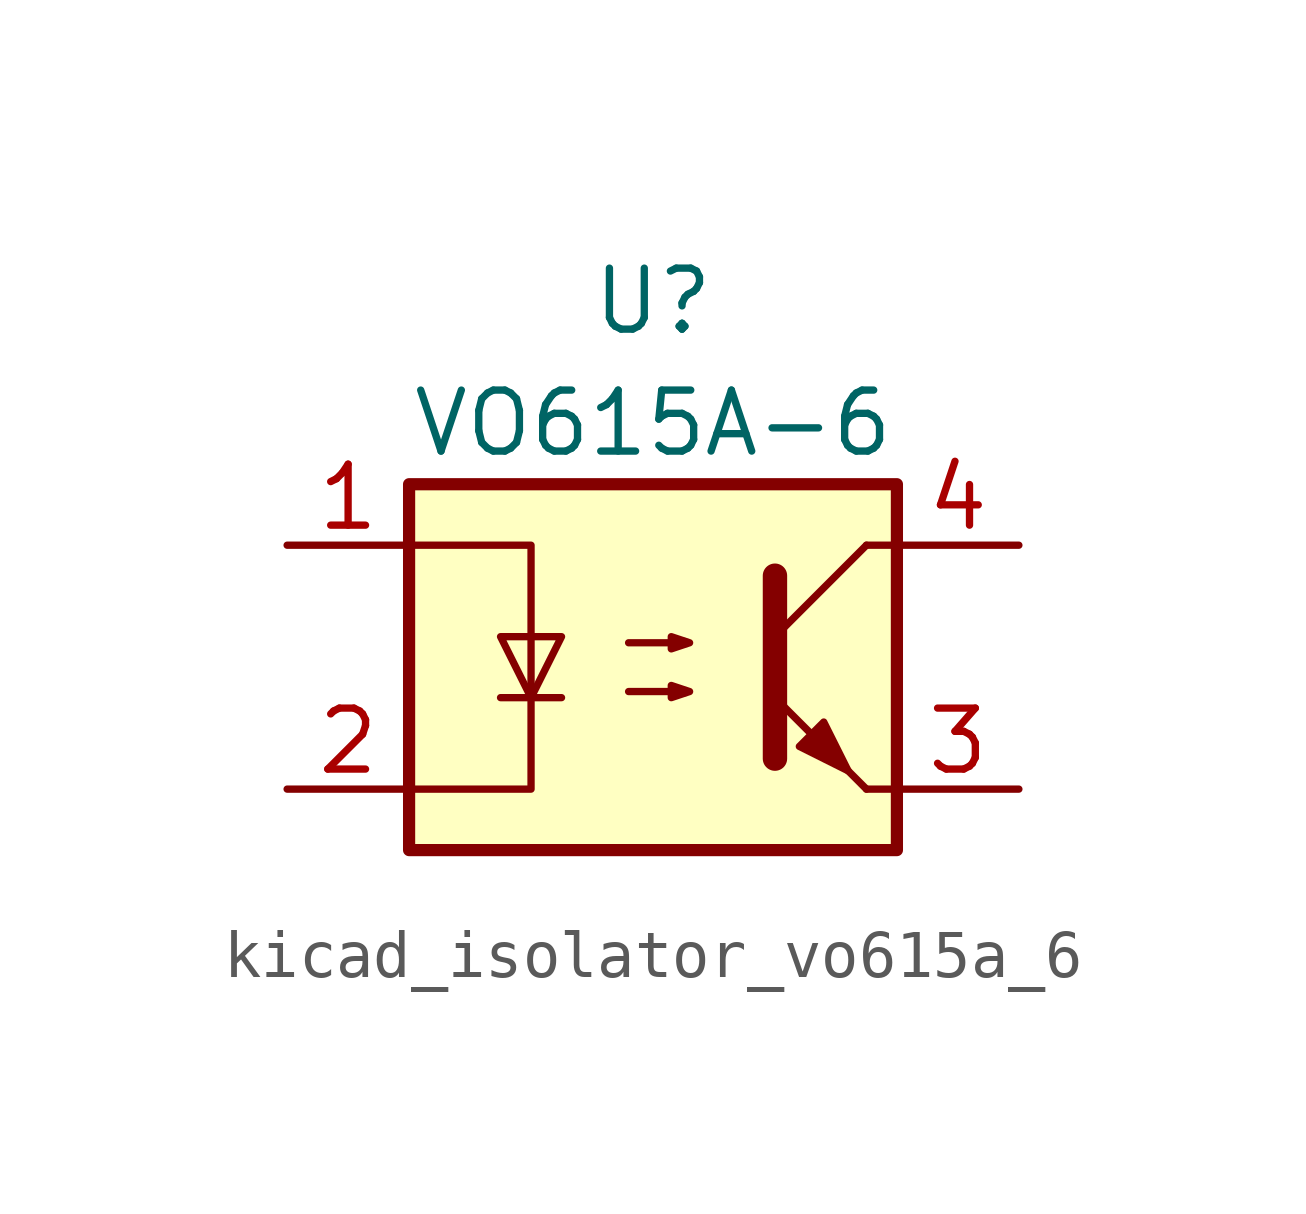
<source format=kicad_sym>
(kicad_symbol_lib
  (version 20220914)
  (generator kicad_symbol_editor)
  (symbol "kicad_isolator_vo615a_6"
    (pin_names
      (offset 0.762))
    (property "Reference" "U"
      (at 0 7.62 0)
      (effects (font (size 1.27 1.27))))
    (property "Value" "VO615A-6"
      (at 0 5.08 0)
      (effects (font (size 1.27 1.27))))
    (symbol "kicad_isolator_vo615a_6_0_1"
      (rectangle (start -5.08 3.81) (end 5.08 -3.81) (stroke (width 0.254) (type default)) (fill (type background)))
      (polyline (pts (xy -3.175 -0.635) (xy -1.905 -0.635)) (stroke (width 0) (type default)) (fill (type none)))
      (polyline (pts (xy 2.54 0.635) (xy 4.445 2.54)) (stroke (width 0) (type default)) (fill (type none)))
      (polyline (pts (xy 4.445 -2.54) (xy 2.54 -0.635)) (stroke (width 0) (type default)) (fill (type outline)))
      (polyline (pts (xy 4.445 -2.54) (xy 5.08 -2.54)) (stroke (width 0) (type default)) (fill (type none)))
      (polyline (pts (xy 4.445 2.54) (xy 5.08 2.54)) (stroke (width 0) (type default)) (fill (type none)))
      (polyline (pts (xy 2.54 1.905) (xy 2.54 -1.905) (xy 2.54 -1.905)) (stroke (width 0.508) (type default)) (fill (type none)))
      (polyline (pts (xy -5.08 2.54) (xy -2.54 2.54) (xy -2.54 -2.54) (xy -5.08 -2.54)) (stroke (width 0) (type default)) (fill (type none)))
      (polyline (pts (xy -2.54 -0.635) (xy -3.175 0.635) (xy -1.905 0.635) (xy -2.54 -0.635)) (stroke (width 0) (type default)) (fill (type none)))
      (polyline (pts (xy -0.508 -0.508) (xy 0.762 -0.508) (xy 0.381 -0.635) (xy 0.381 -0.381) (xy 0.762 -0.508)) (stroke (width 0) (type default)) (fill (type none)))
      (polyline (pts (xy -0.508 0.508) (xy 0.762 0.508) (xy 0.381 0.381) (xy 0.381 0.635) (xy 0.762 0.508)) (stroke (width 0) (type default)) (fill (type none)))
      (polyline (pts (xy 3.048 -1.651) (xy 3.556 -1.143) (xy 4.064 -2.159) (xy 3.048 -1.651) (xy 3.048 -1.651)) (stroke (width 0) (type default)) (fill (type outline))))
    (symbol "kicad_isolator_vo615a_6_1_1"
      (pin passive line (at -7.62 2.54 0) (length 2.54) (name "~" (effects (font (size 1.27 1.27)))) (number "1" (effects (font (size 1.27 1.27)))))
      (pin passive line (at -7.62 -2.54 0) (length 2.54) (name "~" (effects (font (size 1.27 1.27)))) (number "2" (effects (font (size 1.27 1.27)))))
      (pin passive line (at 7.62 -2.54 180) (length 2.54) (name "~" (effects (font (size 1.27 1.27)))) (number "3" (effects (font (size 1.27 1.27)))))
      (pin passive line (at 7.62 2.54 180) (length 2.54) (name "~" (effects (font (size 1.27 1.27)))) (number "4" (effects (font (size 1.27 1.27))))))))
</source>
